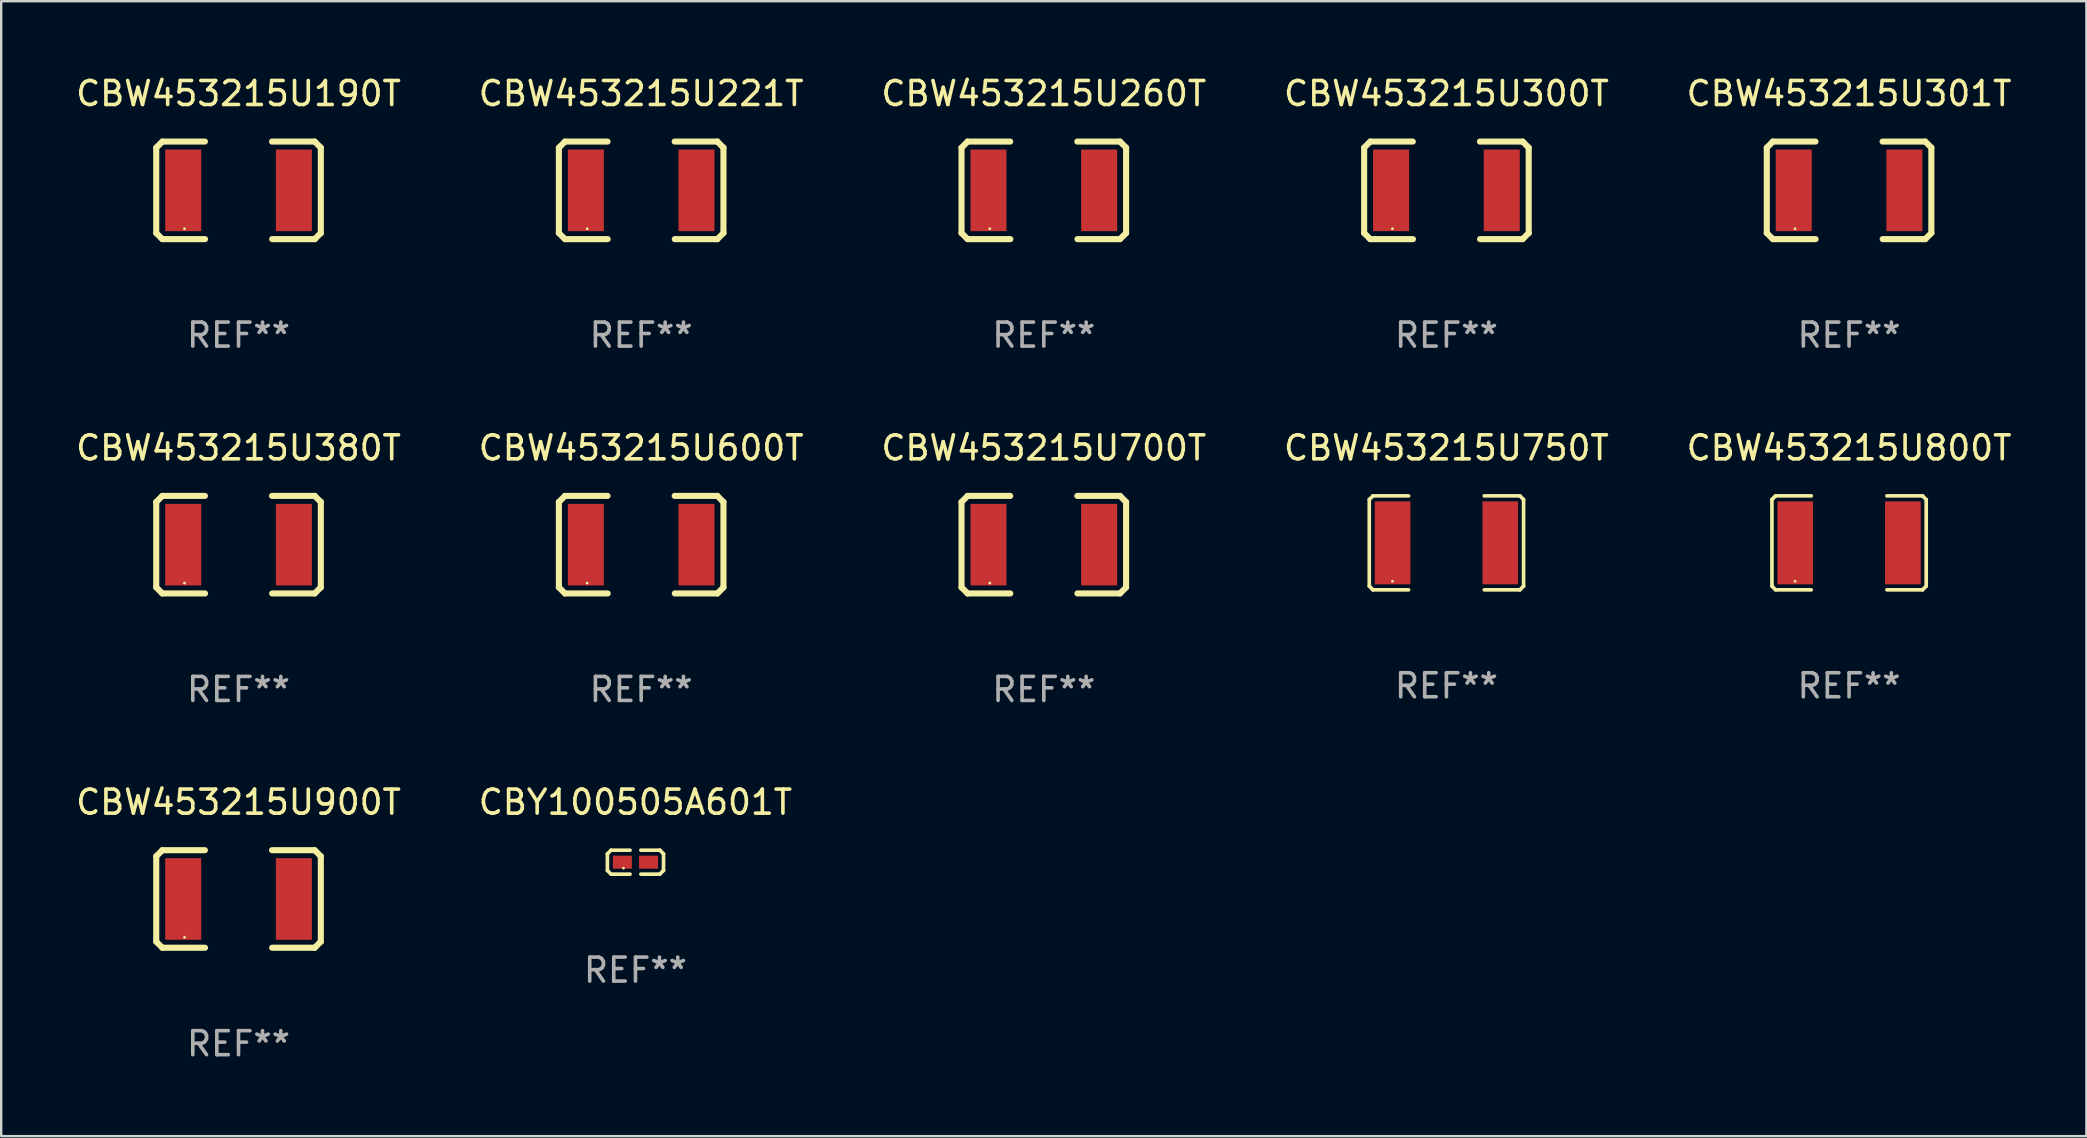
<source format=kicad_pcb>
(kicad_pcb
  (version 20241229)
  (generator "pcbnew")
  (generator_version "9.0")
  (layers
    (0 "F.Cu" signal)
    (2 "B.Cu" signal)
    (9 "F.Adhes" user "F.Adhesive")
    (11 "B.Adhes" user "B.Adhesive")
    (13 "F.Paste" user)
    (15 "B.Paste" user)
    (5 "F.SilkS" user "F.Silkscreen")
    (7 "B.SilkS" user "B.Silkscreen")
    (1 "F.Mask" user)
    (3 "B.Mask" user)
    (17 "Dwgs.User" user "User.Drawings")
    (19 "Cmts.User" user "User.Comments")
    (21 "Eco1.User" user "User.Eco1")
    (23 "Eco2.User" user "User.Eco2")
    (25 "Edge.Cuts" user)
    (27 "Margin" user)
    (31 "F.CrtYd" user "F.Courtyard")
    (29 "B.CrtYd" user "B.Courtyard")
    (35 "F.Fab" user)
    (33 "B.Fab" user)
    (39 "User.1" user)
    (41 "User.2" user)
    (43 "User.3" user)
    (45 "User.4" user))
  (footprint "CBW453215U260T"
    (layer "F.Cu")
    (at 40.435 4.88)
    (property "Reference" "CBW453215U260T" (at 0 -4.032 0) (layer "F.SilkS") (effects (font (size 1 1) (thickness 0.15))))
    (attr through_hole)
    (fp_line (start -3.428 -1.778) (end -3.174 -2.032) (stroke (width 0.254) (type solid)) (layer "F.SilkS"))
    (fp_line (start -3.428 1.778) (end -3.428 -1.778) (stroke (width 0.254) (type solid)) (layer "F.SilkS"))
    (fp_line (start -3.174 -2.032) (end -1.401 -2.032) (stroke (width 0.254) (type solid)) (layer "F.SilkS"))
    (fp_line (start -3.174 2.032) (end -3.428 1.778) (stroke (width 0.254) (type solid)) (layer "F.SilkS"))
    (fp_line (start -1.396 2.032) (end -3.174 2.032) (stroke (width 0.254) (type solid)) (layer "F.SilkS"))
    (fp_line (start 1.396 -2.032) (end 3.174 -2.032) (stroke (width 0.254) (type solid)) (layer "F.SilkS"))
    (fp_line (start 3.174 -2.032) (end 3.428 -1.778) (stroke (width 0.254) (type solid)) (layer "F.SilkS"))
    (fp_line (start 3.174 2.032) (end 1.401 2.032) (stroke (width 0.254) (type solid)) (layer "F.SilkS"))
    (fp_line (start 3.428 -1.778) (end 3.428 1.778) (stroke (width 0.254) (type solid)) (layer "F.SilkS"))
    (fp_line (start 3.428 1.778) (end 3.174 2.032) (stroke (width 0.254) (type solid)) (layer "F.SilkS"))
    (fp_circle (center -2.25 1.6) (end -2.22 1.6) (stroke (width 0.06) (type solid)) (fill no) (layer "F.SilkS"))
    (fp_text user "REF**" (at 0 6.032 0) (layer "F.Fab") (effects (font (size 1 1) (thickness 0.15))))
    (pad "1" smd rect (at -2.305 0) (size 1.5 3.4) (layers "F.Cu" "F.Mask" "F.Paste"))
    (pad "2" smd rect (at 2.305 0) (size 1.5 3.4) (layers "F.Cu" "F.Mask" "F.Paste")))
  (footprint "CBW453215U900T"
    (layer "F.Cu")
    (at 6.887 34.401)
    (property "Reference" "CBW453215U900T" (at 0 -4.032 0) (layer "F.SilkS") (effects (font (size 1 1) (thickness 0.15))))
    (attr through_hole)
    (fp_line (start -3.428 -1.778) (end -3.174 -2.032) (stroke (width 0.254) (type solid)) (layer "F.SilkS"))
    (fp_line (start -3.428 1.778) (end -3.428 -1.778) (stroke (width 0.254) (type solid)) (layer "F.SilkS"))
    (fp_line (start -3.174 -2.032) (end -1.401 -2.032) (stroke (width 0.254) (type solid)) (layer "F.SilkS"))
    (fp_line (start -3.174 2.032) (end -3.428 1.778) (stroke (width 0.254) (type solid)) (layer "F.SilkS"))
    (fp_line (start -1.396 2.032) (end -3.174 2.032) (stroke (width 0.254) (type solid)) (layer "F.SilkS"))
    (fp_line (start 1.396 -2.032) (end 3.174 -2.032) (stroke (width 0.254) (type solid)) (layer "F.SilkS"))
    (fp_line (start 3.174 -2.032) (end 3.428 -1.778) (stroke (width 0.254) (type solid)) (layer "F.SilkS"))
    (fp_line (start 3.174 2.032) (end 1.401 2.032) (stroke (width 0.254) (type solid)) (layer "F.SilkS"))
    (fp_line (start 3.428 -1.778) (end 3.428 1.778) (stroke (width 0.254) (type solid)) (layer "F.SilkS"))
    (fp_line (start 3.428 1.778) (end 3.174 2.032) (stroke (width 0.254) (type solid)) (layer "F.SilkS"))
    (fp_circle (center -2.25 1.6) (end -2.22 1.6) (stroke (width 0.06) (type solid)) (fill no) (layer "F.SilkS"))
    (fp_text user "REF**" (at 0 6.032 0) (layer "F.Fab") (effects (font (size 1 1) (thickness 0.15))))
    (pad "1" smd rect (at -2.305 0) (size 1.5 3.4) (layers "F.Cu" "F.Mask" "F.Paste"))
    (pad "2" smd rect (at 2.305 0) (size 1.5 3.4) (layers "F.Cu" "F.Mask" "F.Paste")))
  (footprint "CBW453215U221T"
    (layer "F.Cu")
    (at 23.661 4.88)
    (property "Reference" "CBW453215U221T" (at 0 -4.032 0) (layer "F.SilkS") (effects (font (size 1 1) (thickness 0.15))))
    (attr through_hole)
    (fp_line (start -3.428 -1.778) (end -3.174 -2.032) (stroke (width 0.254) (type solid)) (layer "F.SilkS"))
    (fp_line (start -3.428 1.778) (end -3.428 -1.778) (stroke (width 0.254) (type solid)) (layer "F.SilkS"))
    (fp_line (start -3.174 -2.032) (end -1.401 -2.032) (stroke (width 0.254) (type solid)) (layer "F.SilkS"))
    (fp_line (start -3.174 2.032) (end -3.428 1.778) (stroke (width 0.254) (type solid)) (layer "F.SilkS"))
    (fp_line (start -1.396 2.032) (end -3.174 2.032) (stroke (width 0.254) (type solid)) (layer "F.SilkS"))
    (fp_line (start 1.396 -2.032) (end 3.174 -2.032) (stroke (width 0.254) (type solid)) (layer "F.SilkS"))
    (fp_line (start 3.174 -2.032) (end 3.428 -1.778) (stroke (width 0.254) (type solid)) (layer "F.SilkS"))
    (fp_line (start 3.174 2.032) (end 1.401 2.032) (stroke (width 0.254) (type solid)) (layer "F.SilkS"))
    (fp_line (start 3.428 -1.778) (end 3.428 1.778) (stroke (width 0.254) (type solid)) (layer "F.SilkS"))
    (fp_line (start 3.428 1.778) (end 3.174 2.032) (stroke (width 0.254) (type solid)) (layer "F.SilkS"))
    (fp_circle (center -2.25 1.6) (end -2.22 1.6) (stroke (width 0.06) (type solid)) (fill no) (layer "F.SilkS"))
    (fp_text user "REF**" (at 0 6.032 0) (layer "F.Fab") (effects (font (size 1 1) (thickness 0.15))))
    (pad "1" smd rect (at -2.305 0) (size 1.5 3.4) (layers "F.Cu" "F.Mask" "F.Paste"))
    (pad "2" smd rect (at 2.305 0) (size 1.5 3.4) (layers "F.Cu" "F.Mask" "F.Paste")))
  (footprint "CBY100505A601T"
    (layer "F.Cu")
    (at 23.423 32.868)
    (property "Reference" "CBY100505A601T" (at 0 -2.499 0) (layer "F.SilkS") (effects (font (size 1 1) (thickness 0.15))))
    (attr through_hole)
    (fp_line (start -1.169 -0.346) (end -1.016 -0.499) (stroke (width 0.152) (type solid)) (layer "F.SilkS"))
    (fp_line (start -1.169 0.346) (end -1.169 -0.346) (stroke (width 0.152) (type solid)) (layer "F.SilkS"))
    (fp_line (start -1.016 -0.499) (end -0.226 -0.499) (stroke (width 0.152) (type solid)) (layer "F.SilkS"))
    (fp_line (start -1.016 0.499) (end -1.169 0.346) (stroke (width 0.152) (type solid)) (layer "F.SilkS"))
    (fp_line (start -0.226 0.499) (end -1.016 0.499) (stroke (width 0.152) (type solid)) (layer "F.SilkS"))
    (fp_line (start 0.226 0.499) (end 1.016 0.499) (stroke (width 0.152) (type solid)) (layer "F.SilkS"))
    (fp_line (start 1.016 -0.499) (end 0.226 -0.499) (stroke (width 0.152) (type solid)) (layer "F.SilkS"))
    (fp_line (start 1.016 0.499) (end 1.169 0.346) (stroke (width 0.152) (type solid)) (layer "F.SilkS"))
    (fp_line (start 1.169 -0.346) (end 1.016 -0.499) (stroke (width 0.152) (type solid)) (layer "F.SilkS"))
    (fp_line (start 1.169 0.346) (end 1.169 -0.346) (stroke (width 0.152) (type solid)) (layer "F.SilkS"))
    (fp_circle (center -0.5 0.25) (end -0.47 0.25) (stroke (width 0.06) (type solid)) (fill no) (layer "F.SilkS"))
    (fp_text user "REF**" (at 0 4.499 0) (layer "F.Fab") (effects (font (size 1 1) (thickness 0.15))))
    (pad "1" smd rect (at -0.545 0) (size 0.79 0.54) (layers "F.Cu" "F.Mask" "F.Paste"))
    (pad "2" smd rect (at 0.545 0) (size 0.79 0.54) (layers "F.Cu" "F.Mask" "F.Paste")))
  (footprint "CBW453215U301T"
    (layer "F.Cu")
    (at 73.982 4.88)
    (property "Reference" "CBW453215U301T" (at 0 -4.032 0) (layer "F.SilkS") (effects (font (size 1 1) (thickness 0.15))))
    (attr through_hole)
    (fp_line (start -3.428 -1.778) (end -3.174 -2.032) (stroke (width 0.254) (type solid)) (layer "F.SilkS"))
    (fp_line (start -3.428 1.778) (end -3.428 -1.778) (stroke (width 0.254) (type solid)) (layer "F.SilkS"))
    (fp_line (start -3.174 -2.032) (end -1.401 -2.032) (stroke (width 0.254) (type solid)) (layer "F.SilkS"))
    (fp_line (start -3.174 2.032) (end -3.428 1.778) (stroke (width 0.254) (type solid)) (layer "F.SilkS"))
    (fp_line (start -1.396 2.032) (end -3.174 2.032) (stroke (width 0.254) (type solid)) (layer "F.SilkS"))
    (fp_line (start 1.396 -2.032) (end 3.174 -2.032) (stroke (width 0.254) (type solid)) (layer "F.SilkS"))
    (fp_line (start 3.174 -2.032) (end 3.428 -1.778) (stroke (width 0.254) (type solid)) (layer "F.SilkS"))
    (fp_line (start 3.174 2.032) (end 1.401 2.032) (stroke (width 0.254) (type solid)) (layer "F.SilkS"))
    (fp_line (start 3.428 -1.778) (end 3.428 1.778) (stroke (width 0.254) (type solid)) (layer "F.SilkS"))
    (fp_line (start 3.428 1.778) (end 3.174 2.032) (stroke (width 0.254) (type solid)) (layer "F.SilkS"))
    (fp_circle (center -2.25 1.6) (end -2.22 1.6) (stroke (width 0.06) (type solid)) (fill no) (layer "F.SilkS"))
    (fp_text user "REF**" (at 0 6.032 0) (layer "F.Fab") (effects (font (size 1 1) (thickness 0.15))))
    (pad "1" smd rect (at -2.305 0) (size 1.5 3.4) (layers "F.Cu" "F.Mask" "F.Paste"))
    (pad "2" smd rect (at 2.305 0) (size 1.5 3.4) (layers "F.Cu" "F.Mask" "F.Paste")))
  (footprint "CBW453215U300T"
    (layer "F.Cu")
    (at 57.208 4.88)
    (property "Reference" "CBW453215U300T" (at 0 -4.032 0) (layer "F.SilkS") (effects (font (size 1 1) (thickness 0.15))))
    (attr through_hole)
    (fp_line (start -3.428 -1.778) (end -3.174 -2.032) (stroke (width 0.254) (type solid)) (layer "F.SilkS"))
    (fp_line (start -3.428 1.778) (end -3.428 -1.778) (stroke (width 0.254) (type solid)) (layer "F.SilkS"))
    (fp_line (start -3.174 -2.032) (end -1.401 -2.032) (stroke (width 0.254) (type solid)) (layer "F.SilkS"))
    (fp_line (start -3.174 2.032) (end -3.428 1.778) (stroke (width 0.254) (type solid)) (layer "F.SilkS"))
    (fp_line (start -1.396 2.032) (end -3.174 2.032) (stroke (width 0.254) (type solid)) (layer "F.SilkS"))
    (fp_line (start 1.396 -2.032) (end 3.174 -2.032) (stroke (width 0.254) (type solid)) (layer "F.SilkS"))
    (fp_line (start 3.174 -2.032) (end 3.428 -1.778) (stroke (width 0.254) (type solid)) (layer "F.SilkS"))
    (fp_line (start 3.174 2.032) (end 1.401 2.032) (stroke (width 0.254) (type solid)) (layer "F.SilkS"))
    (fp_line (start 3.428 -1.778) (end 3.428 1.778) (stroke (width 0.254) (type solid)) (layer "F.SilkS"))
    (fp_line (start 3.428 1.778) (end 3.174 2.032) (stroke (width 0.254) (type solid)) (layer "F.SilkS"))
    (fp_circle (center -2.25 1.6) (end -2.22 1.6) (stroke (width 0.06) (type solid)) (fill no) (layer "F.SilkS"))
    (fp_text user "REF**" (at 0 6.032 0) (layer "F.Fab") (effects (font (size 1 1) (thickness 0.15))))
    (pad "1" smd rect (at -2.305 0) (size 1.5 3.4) (layers "F.Cu" "F.Mask" "F.Paste"))
    (pad "2" smd rect (at 2.305 0) (size 1.5 3.4) (layers "F.Cu" "F.Mask" "F.Paste")))
  (footprint "CBW453215U380T"
    (layer "F.Cu")
    (at 6.887 19.641)
    (property "Reference" "CBW453215U380T" (at 0 -4.032 0) (layer "F.SilkS") (effects (font (size 1 1) (thickness 0.15))))
    (attr through_hole)
    (fp_line (start -3.428 -1.778) (end -3.174 -2.032) (stroke (width 0.254) (type solid)) (layer "F.SilkS"))
    (fp_line (start -3.428 1.778) (end -3.428 -1.778) (stroke (width 0.254) (type solid)) (layer "F.SilkS"))
    (fp_line (start -3.174 -2.032) (end -1.401 -2.032) (stroke (width 0.254) (type solid)) (layer "F.SilkS"))
    (fp_line (start -3.174 2.032) (end -3.428 1.778) (stroke (width 0.254) (type solid)) (layer "F.SilkS"))
    (fp_line (start -1.396 2.032) (end -3.174 2.032) (stroke (width 0.254) (type solid)) (layer "F.SilkS"))
    (fp_line (start 1.396 -2.032) (end 3.174 -2.032) (stroke (width 0.254) (type solid)) (layer "F.SilkS"))
    (fp_line (start 3.174 -2.032) (end 3.428 -1.778) (stroke (width 0.254) (type solid)) (layer "F.SilkS"))
    (fp_line (start 3.174 2.032) (end 1.401 2.032) (stroke (width 0.254) (type solid)) (layer "F.SilkS"))
    (fp_line (start 3.428 -1.778) (end 3.428 1.778) (stroke (width 0.254) (type solid)) (layer "F.SilkS"))
    (fp_line (start 3.428 1.778) (end 3.174 2.032) (stroke (width 0.254) (type solid)) (layer "F.SilkS"))
    (fp_circle (center -2.25 1.6) (end -2.22 1.6) (stroke (width 0.06) (type solid)) (fill no) (layer "F.SilkS"))
    (fp_text user "REF**" (at 0 6.032 0) (layer "F.Fab") (effects (font (size 1 1) (thickness 0.15))))
    (pad "1" smd rect (at -2.305 0) (size 1.5 3.4) (layers "F.Cu" "F.Mask" "F.Paste"))
    (pad "2" smd rect (at 2.305 0) (size 1.5 3.4) (layers "F.Cu" "F.Mask" "F.Paste")))
  (footprint "CBW453215U600T"
    (layer "F.Cu")
    (at 23.661 19.641)
    (property "Reference" "CBW453215U600T" (at 0 -4.032 0) (layer "F.SilkS") (effects (font (size 1 1) (thickness 0.15))))
    (attr through_hole)
    (fp_line (start -3.428 -1.778) (end -3.174 -2.032) (stroke (width 0.254) (type solid)) (layer "F.SilkS"))
    (fp_line (start -3.428 1.778) (end -3.428 -1.778) (stroke (width 0.254) (type solid)) (layer "F.SilkS"))
    (fp_line (start -3.174 -2.032) (end -1.401 -2.032) (stroke (width 0.254) (type solid)) (layer "F.SilkS"))
    (fp_line (start -3.174 2.032) (end -3.428 1.778) (stroke (width 0.254) (type solid)) (layer "F.SilkS"))
    (fp_line (start -1.396 2.032) (end -3.174 2.032) (stroke (width 0.254) (type solid)) (layer "F.SilkS"))
    (fp_line (start 1.396 -2.032) (end 3.174 -2.032) (stroke (width 0.254) (type solid)) (layer "F.SilkS"))
    (fp_line (start 3.174 -2.032) (end 3.428 -1.778) (stroke (width 0.254) (type solid)) (layer "F.SilkS"))
    (fp_line (start 3.174 2.032) (end 1.401 2.032) (stroke (width 0.254) (type solid)) (layer "F.SilkS"))
    (fp_line (start 3.428 -1.778) (end 3.428 1.778) (stroke (width 0.254) (type solid)) (layer "F.SilkS"))
    (fp_line (start 3.428 1.778) (end 3.174 2.032) (stroke (width 0.254) (type solid)) (layer "F.SilkS"))
    (fp_circle (center -2.25 1.6) (end -2.22 1.6) (stroke (width 0.06) (type solid)) (fill no) (layer "F.SilkS"))
    (fp_text user "REF**" (at 0 6.032 0) (layer "F.Fab") (effects (font (size 1 1) (thickness 0.15))))
    (pad "1" smd rect (at -2.305 0) (size 1.5 3.4) (layers "F.Cu" "F.Mask" "F.Paste"))
    (pad "2" smd rect (at 2.305 0) (size 1.5 3.4) (layers "F.Cu" "F.Mask" "F.Paste")))
  (footprint "CBW453215U700T"
    (layer "F.Cu")
    (at 40.435 19.641)
    (property "Reference" "CBW453215U700T" (at 0 -4.032 0) (layer "F.SilkS") (effects (font (size 1 1) (thickness 0.15))))
    (attr through_hole)
    (fp_line (start -3.428 -1.778) (end -3.174 -2.032) (stroke (width 0.254) (type solid)) (layer "F.SilkS"))
    (fp_line (start -3.428 1.778) (end -3.428 -1.778) (stroke (width 0.254) (type solid)) (layer "F.SilkS"))
    (fp_line (start -3.174 -2.032) (end -1.401 -2.032) (stroke (width 0.254) (type solid)) (layer "F.SilkS"))
    (fp_line (start -3.174 2.032) (end -3.428 1.778) (stroke (width 0.254) (type solid)) (layer "F.SilkS"))
    (fp_line (start -1.396 2.032) (end -3.174 2.032) (stroke (width 0.254) (type solid)) (layer "F.SilkS"))
    (fp_line (start 1.396 -2.032) (end 3.174 -2.032) (stroke (width 0.254) (type solid)) (layer "F.SilkS"))
    (fp_line (start 3.174 -2.032) (end 3.428 -1.778) (stroke (width 0.254) (type solid)) (layer "F.SilkS"))
    (fp_line (start 3.174 2.032) (end 1.401 2.032) (stroke (width 0.254) (type solid)) (layer "F.SilkS"))
    (fp_line (start 3.428 -1.778) (end 3.428 1.778) (stroke (width 0.254) (type solid)) (layer "F.SilkS"))
    (fp_line (start 3.428 1.778) (end 3.174 2.032) (stroke (width 0.254) (type solid)) (layer "F.SilkS"))
    (fp_circle (center -2.25 1.6) (end -2.22 1.6) (stroke (width 0.06) (type solid)) (fill no) (layer "F.SilkS"))
    (fp_text user "REF**" (at 0 6.032 0) (layer "F.Fab") (effects (font (size 1 1) (thickness 0.15))))
    (pad "1" smd rect (at -2.305 0) (size 1.5 3.4) (layers "F.Cu" "F.Mask" "F.Paste"))
    (pad "2" smd rect (at 2.305 0) (size 1.5 3.4) (layers "F.Cu" "F.Mask" "F.Paste")))
  (footprint "CBW453215U190T"
    (layer "F.Cu")
    (at 6.887 4.88)
    (property "Reference" "CBW453215U190T" (at 0 -4.032 0) (layer "F.SilkS") (effects (font (size 1 1) (thickness 0.15))))
    (attr through_hole)
    (fp_line (start -3.428 -1.778) (end -3.174 -2.032) (stroke (width 0.254) (type solid)) (layer "F.SilkS"))
    (fp_line (start -3.428 1.778) (end -3.428 -1.778) (stroke (width 0.254) (type solid)) (layer "F.SilkS"))
    (fp_line (start -3.174 -2.032) (end -1.401 -2.032) (stroke (width 0.254) (type solid)) (layer "F.SilkS"))
    (fp_line (start -3.174 2.032) (end -3.428 1.778) (stroke (width 0.254) (type solid)) (layer "F.SilkS"))
    (fp_line (start -1.396 2.032) (end -3.174 2.032) (stroke (width 0.254) (type solid)) (layer "F.SilkS"))
    (fp_line (start 1.396 -2.032) (end 3.174 -2.032) (stroke (width 0.254) (type solid)) (layer "F.SilkS"))
    (fp_line (start 3.174 -2.032) (end 3.428 -1.778) (stroke (width 0.254) (type solid)) (layer "F.SilkS"))
    (fp_line (start 3.174 2.032) (end 1.401 2.032) (stroke (width 0.254) (type solid)) (layer "F.SilkS"))
    (fp_line (start 3.428 -1.778) (end 3.428 1.778) (stroke (width 0.254) (type solid)) (layer "F.SilkS"))
    (fp_line (start 3.428 1.778) (end 3.174 2.032) (stroke (width 0.254) (type solid)) (layer "F.SilkS"))
    (fp_circle (center -2.25 1.6) (end -2.22 1.6) (stroke (width 0.06) (type solid)) (fill no) (layer "F.SilkS"))
    (fp_text user "REF**" (at 0 6.032 0) (layer "F.Fab") (effects (font (size 1 1) (thickness 0.15))))
    (pad "1" smd rect (at -2.305 0) (size 1.5 3.4) (layers "F.Cu" "F.Mask" "F.Paste"))
    (pad "2" smd rect (at 2.305 0) (size 1.5 3.4) (layers "F.Cu" "F.Mask" "F.Paste")))
  (footprint "CBW453215U800T"
    (layer "F.Cu")
    (at 73.982 19.565)
    (property "Reference" "CBW453215U800T" (at 0 -3.957 0) (layer "F.SilkS") (effects (font (size 1 1) (thickness 0.15))))
    (attr through_hole)
    (fp_line (start -3.214 -1.804) (end -3.214 1.804) (stroke (width 0.152) (type solid)) (layer "F.SilkS"))
    (fp_line (start -3.214 1.804) (end -3.061 1.957) (stroke (width 0.152) (type solid)) (layer "F.SilkS"))
    (fp_line (start -3.061 -1.957) (end -3.214 -1.804) (stroke (width 0.152) (type solid)) (layer "F.SilkS"))
    (fp_line (start -3.061 1.957) (end -1.576 1.957) (stroke (width 0.152) (type solid)) (layer "F.SilkS"))
    (fp_line (start -1.576 -1.957) (end -3.061 -1.957) (stroke (width 0.152) (type solid)) (layer "F.SilkS"))
    (fp_line (start 1.576 -1.957) (end 3.061 -1.957) (stroke (width 0.152) (type solid)) (layer "F.SilkS"))
    (fp_line (start 3.061 -1.957) (end 3.214 -1.804) (stroke (width 0.152) (type solid)) (layer "F.SilkS"))
    (fp_line (start 3.061 1.957) (end 1.576 1.957) (stroke (width 0.152) (type solid)) (layer "F.SilkS"))
    (fp_line (start 3.214 -1.804) (end 3.214 1.804) (stroke (width 0.152) (type solid)) (layer "F.SilkS"))
    (fp_line (start 3.214 1.804) (end 3.061 1.957) (stroke (width 0.152) (type solid)) (layer "F.SilkS"))
    (fp_circle (center -2.25 1.6) (end -2.22 1.6) (stroke (width 0.06) (type solid)) (fill no) (layer "F.SilkS"))
    (fp_text user "REF**" (at 0 5.957 0) (layer "F.Fab") (effects (font (size 1 1) (thickness 0.15))))
    (pad "1" smd rect (at -2.243 0) (size 1.485 3.456) (layers "F.Cu" "F.Mask" "F.Paste"))
    (pad "2" smd rect (at 2.243 0) (size 1.485 3.456) (layers "F.Cu" "F.Mask" "F.Paste")))
  (footprint "CBW453215U750T"
    (layer "F.Cu")
    (at 57.208 19.565)
    (property "Reference" "CBW453215U750T" (at 0 -3.957 0) (layer "F.SilkS") (effects (font (size 1 1) (thickness 0.15))))
    (attr through_hole)
    (fp_line (start -3.214 -1.804) (end -3.214 1.804) (stroke (width 0.152) (type solid)) (layer "F.SilkS"))
    (fp_line (start -3.214 1.804) (end -3.061 1.957) (stroke (width 0.152) (type solid)) (layer "F.SilkS"))
    (fp_line (start -3.061 -1.957) (end -3.214 -1.804) (stroke (width 0.152) (type solid)) (layer "F.SilkS"))
    (fp_line (start -3.061 1.957) (end -1.576 1.957) (stroke (width 0.152) (type solid)) (layer "F.SilkS"))
    (fp_line (start -1.576 -1.957) (end -3.061 -1.957) (stroke (width 0.152) (type solid)) (layer "F.SilkS"))
    (fp_line (start 1.576 -1.957) (end 3.061 -1.957) (stroke (width 0.152) (type solid)) (layer "F.SilkS"))
    (fp_line (start 3.061 -1.957) (end 3.214 -1.804) (stroke (width 0.152) (type solid)) (layer "F.SilkS"))
    (fp_line (start 3.061 1.957) (end 1.576 1.957) (stroke (width 0.152) (type solid)) (layer "F.SilkS"))
    (fp_line (start 3.214 -1.804) (end 3.214 1.804) (stroke (width 0.152) (type solid)) (layer "F.SilkS"))
    (fp_line (start 3.214 1.804) (end 3.061 1.957) (stroke (width 0.152) (type solid)) (layer "F.SilkS"))
    (fp_circle (center -2.25 1.6) (end -2.22 1.6) (stroke (width 0.06) (type solid)) (fill no) (layer "F.SilkS"))
    (fp_text user "REF**" (at 0 5.957 0) (layer "F.Fab") (effects (font (size 1 1) (thickness 0.15))))
    (pad "1" smd rect (at -2.243 0) (size 1.485 3.456) (layers "F.Cu" "F.Mask" "F.Paste"))
    (pad "2" smd rect (at 2.243 0) (size 1.485 3.456) (layers "F.Cu" "F.Mask" "F.Paste")))
  (gr_rect
    (start -3 -3)
    (end 83.869 44.282)
    (stroke (width 0.1) (type default))
    (fill no)
    (layer "Edge.Cuts")))
</source>
